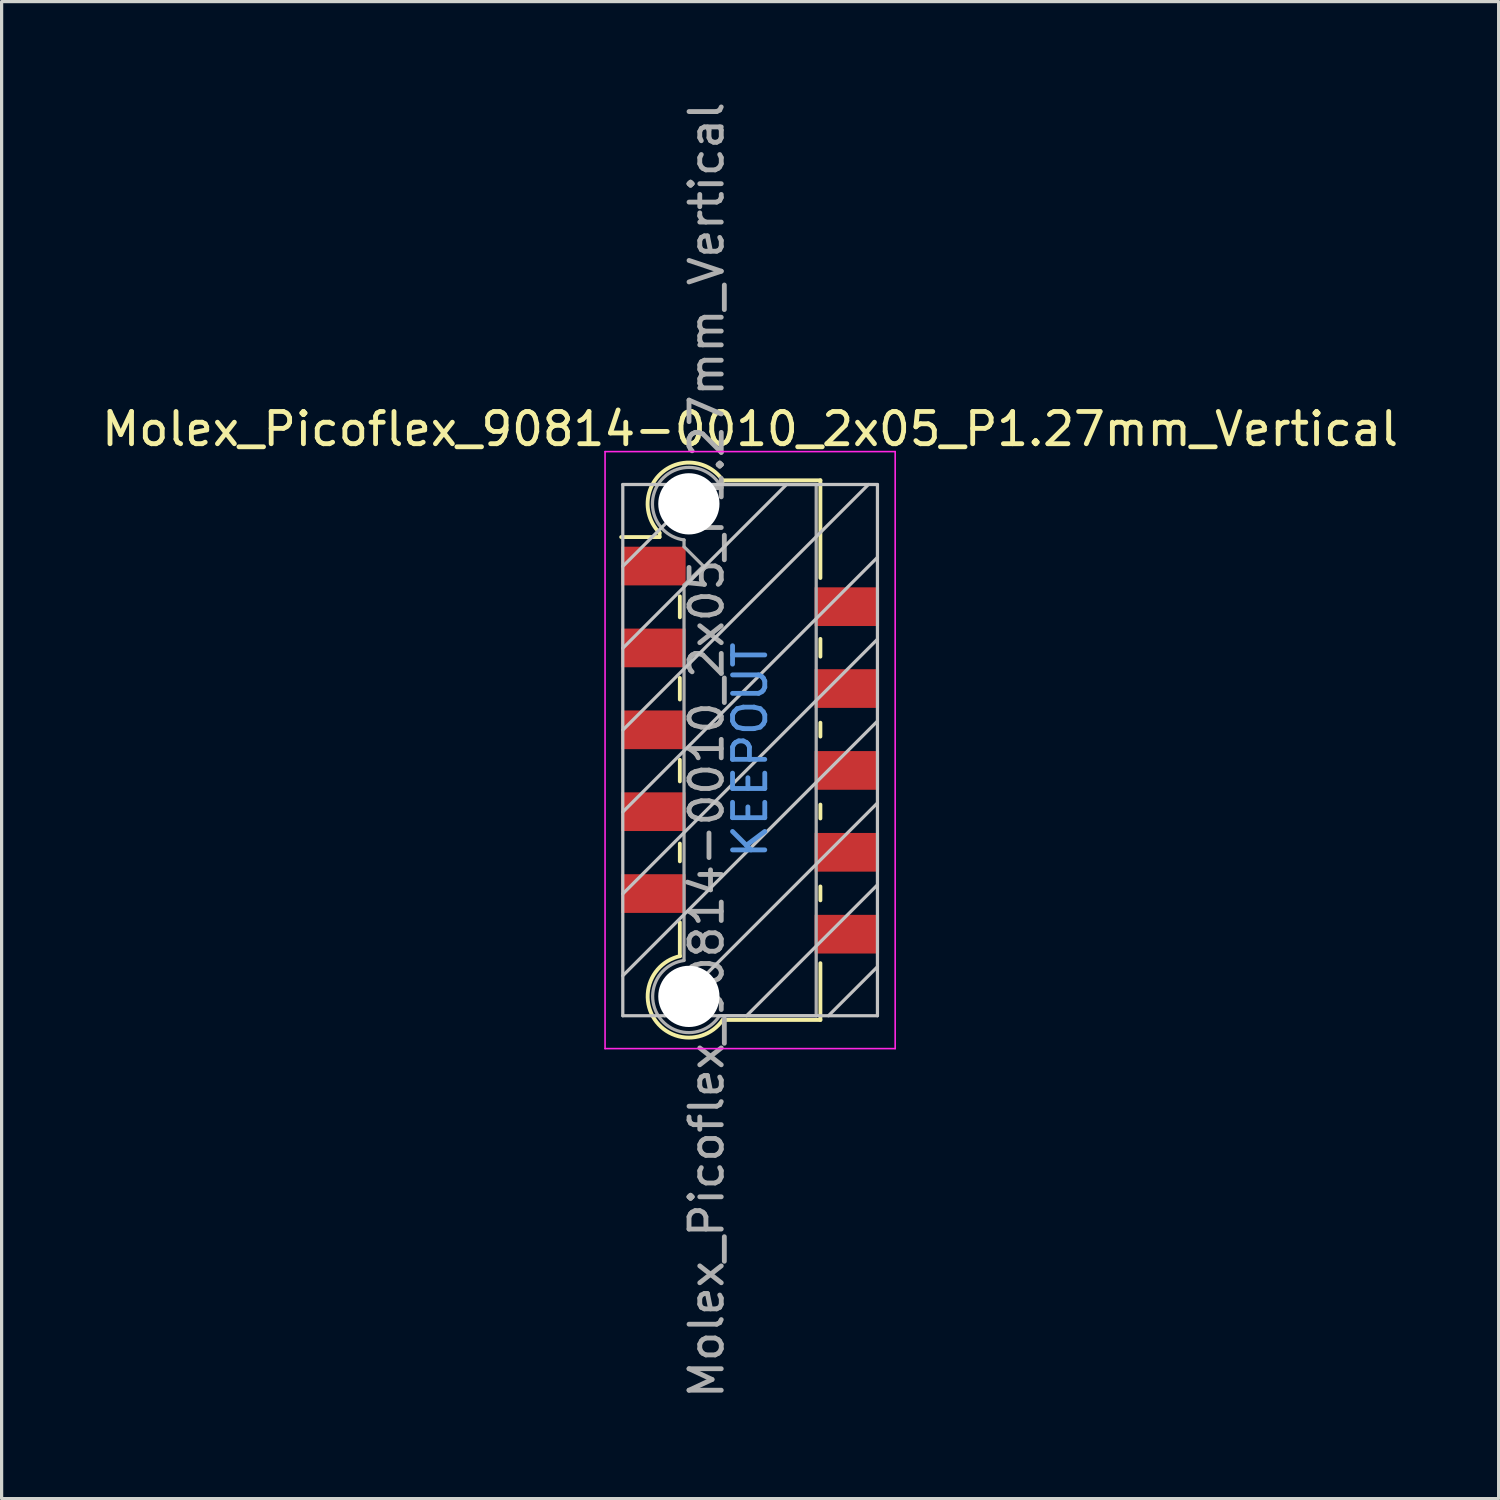
<source format=kicad_pcb>
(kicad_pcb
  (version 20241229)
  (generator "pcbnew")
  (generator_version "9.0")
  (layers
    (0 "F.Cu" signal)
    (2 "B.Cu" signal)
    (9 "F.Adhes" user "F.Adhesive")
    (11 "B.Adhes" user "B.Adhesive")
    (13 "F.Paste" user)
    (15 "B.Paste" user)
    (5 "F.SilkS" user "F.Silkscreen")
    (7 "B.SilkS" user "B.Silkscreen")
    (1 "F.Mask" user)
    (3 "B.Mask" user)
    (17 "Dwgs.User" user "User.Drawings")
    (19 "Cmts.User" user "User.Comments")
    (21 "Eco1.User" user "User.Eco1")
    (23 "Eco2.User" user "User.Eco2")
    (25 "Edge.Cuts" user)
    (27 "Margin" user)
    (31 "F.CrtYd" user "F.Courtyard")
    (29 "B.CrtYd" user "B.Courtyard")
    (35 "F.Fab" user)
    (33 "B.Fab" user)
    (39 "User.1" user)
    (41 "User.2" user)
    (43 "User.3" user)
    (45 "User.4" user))
  (footprint "Molex_Picoflex_90814-0010_2x05_P1.27mm_Vertical"
    (layer "F.Cu")
    (at 20.22 20.22)
    (property "Reference" "Molex_Picoflex_90814-0010_2x05_P1.27mm_Vertical" (at 0 -9.96 0) (layer "F.SilkS") (effects (font (size 1 1) (thickness 0.15))))
    (attr smd)
    (fp_line (start -2.81 -6.74) (end -2.81 -6.61) (stroke (width 0.12) (type solid)) (layer "F.SilkS"))
    (fp_line (start -2.81 -6.61) (end -4 -6.61) (stroke (width 0.12) (type solid)) (layer "F.SilkS"))
    (fp_line (start -2.18 -4.12) (end -2.18 -4.77) (stroke (width 0.12) (type solid)) (layer "F.SilkS"))
    (fp_line (start -2.18 -1.57) (end -2.18 -2.24) (stroke (width 0.12) (type solid)) (layer "F.SilkS"))
    (fp_line (start -2.18 0.97) (end -2.18 0.3) (stroke (width 0.12) (type solid)) (layer "F.SilkS"))
    (fp_line (start -2.18 3.45) (end -2.18 2.9) (stroke (width 0.12) (type solid)) (layer "F.SilkS"))
    (fp_line (start -2.18 6.39) (end -2.18 5.34) (stroke (width 0.12) (type solid)) (layer "F.SilkS"))
    (fp_line (start 2.18 -8.37) (end -0.82 -8.37) (stroke (width 0.12) (type solid)) (layer "F.SilkS"))
    (fp_line (start 2.18 -8.37) (end 2.18 -5.34) (stroke (width 0.12) (type solid)) (layer "F.SilkS"))
    (fp_line (start 2.18 -3.45) (end 2.18 -2.9) (stroke (width 0.12) (type solid)) (layer "F.SilkS"))
    (fp_line (start 2.18 -0.85) (end 2.18 -0.42) (stroke (width 0.12) (type solid)) (layer "F.SilkS"))
    (fp_line (start 2.18 1.69) (end 2.18 2.12) (stroke (width 0.12) (type solid)) (layer "F.SilkS"))
    (fp_line (start 2.18 4.23) (end 2.18 4.66) (stroke (width 0.12) (type solid)) (layer "F.SilkS"))
    (fp_line (start 2.18 6.61) (end 2.18 8.37) (stroke (width 0.12) (type solid)) (layer "F.SilkS"))
    (fp_line (start 2.18 8.37) (end -0.85 8.37) (stroke (width 0.12) (type solid)) (layer "F.SilkS"))
    (fp_arc (start -2.81 -6.74) (mid -2.708637 -8.632072) (end -0.834991 -8.349828) (stroke (width 0.12) (type solid)) (layer "F.SilkS"))
    (fp_arc (start -0.85 8.37) (mid -2.962791 8.351248) (end -2.174424 6.390964) (stroke (width 0.12) (type solid)) (layer "F.SilkS"))
    (fp_line (start -3.95 -8.24) (end -3.95 8.24) (stroke (width 0.1) (type solid)) (layer "Dwgs.User"))
    (fp_line (start -3.95 -5.7) (end -1.41 -8.24) (stroke (width 0.1) (type solid)) (layer "Dwgs.User"))
    (fp_line (start -3.95 -3.16) (end 1.13 -8.24) (stroke (width 0.1) (type solid)) (layer "Dwgs.User"))
    (fp_line (start -3.95 -0.62) (end 3.67 -8.24) (stroke (width 0.1) (type solid)) (layer "Dwgs.User"))
    (fp_line (start -3.95 1.92) (end 3.95 -5.98) (stroke (width 0.1) (type solid)) (layer "Dwgs.User"))
    (fp_line (start -3.95 4.46) (end 3.95 -3.44) (stroke (width 0.1) (type solid)) (layer "Dwgs.User"))
    (fp_line (start -3.95 7) (end 3.95 -0.9) (stroke (width 0.1) (type solid)) (layer "Dwgs.User"))
    (fp_line (start -3.95 8.24) (end 3.95 8.24) (stroke (width 0.1) (type solid)) (layer "Dwgs.User"))
    (fp_line (start -2.65 8.24) (end 3.95 1.64) (stroke (width 0.1) (type solid)) (layer "Dwgs.User"))
    (fp_line (start -0.11 8.24) (end 3.95 4.18) (stroke (width 0.1) (type solid)) (layer "Dwgs.User"))
    (fp_line (start 2.43 8.24) (end 3.95 6.72) (stroke (width 0.1) (type solid)) (layer "Dwgs.User"))
    (fp_line (start 3.95 -8.24) (end -3.95 -8.24) (stroke (width 0.1) (type solid)) (layer "Dwgs.User"))
    (fp_line (start 3.95 8.24) (end 3.95 -8.24) (stroke (width 0.1) (type solid)) (layer "Dwgs.User"))
    (fp_line (start -4.5 -9.26) (end -4.5 9.26) (stroke (width 0.05) (type solid)) (layer "F.CrtYd"))
    (fp_line (start -4.5 9.26) (end 4.5 9.26) (stroke (width 0.05) (type solid)) (layer "F.CrtYd"))
    (fp_line (start 4.5 -9.26) (end -4.5 -9.26) (stroke (width 0.05) (type solid)) (layer "F.CrtYd"))
    (fp_line (start 4.5 9.26) (end 4.5 -9.26) (stroke (width 0.05) (type solid)) (layer "F.CrtYd"))
    (fp_line (start -2.05 -6.31) (end -2.05 -6.52) (stroke (width 0.1) (type solid)) (layer "F.Fab"))
    (fp_line (start -2.05 -5.12) (end -1.45 -5.71) (stroke (width 0.1) (type solid)) (layer "F.Fab"))
    (fp_line (start -2.05 6.52) (end -2.05 -5.12) (stroke (width 0.1) (type solid)) (layer "F.Fab"))
    (fp_line (start -1.45 -5.71) (end -2.05 -6.31) (stroke (width 0.1) (type solid)) (layer "F.Fab"))
    (fp_line (start 2.05 -8.24) (end -0.93 -8.24) (stroke (width 0.1) (type solid)) (layer "F.Fab"))
    (fp_line (start 2.05 -8.24) (end 2.05 8.24) (stroke (width 0.1) (type solid)) (layer "F.Fab"))
    (fp_line (start 2.05 8.24) (end -0.95 8.24) (stroke (width 0.1) (type solid)) (layer "F.Fab"))
    (fp_arc (start -2.05 -6.52) (mid -2.851672 -8.249279) (end -0.945612 -8.245015) (stroke (width 0.1) (type solid)) (layer "F.Fab"))
    (fp_arc (start -0.95 8.24) (mid -2.845272 8.247422) (end -2.051022 6.526585) (stroke (width 0.1) (type solid)) (layer "F.Fab"))
    (fp_text user "KEEPOUT" (at 0 0 90) (layer "Cmts.User") (effects (font (size 1 1) (thickness 0.15))))
    (fp_text user "${REFERENCE}" (at -1.35 0 90) (layer "F.Fab") (effects (font (size 1 1) (thickness 0.15))))
    (pad "" np_thru_hole circle (at -1.9 -7.64) (size 1.9 1.9) (drill 1.9) (layers "*.Cu" "*.Mask"))
    (pad "" np_thru_hole circle (at -1.9 7.64) (size 1.9 1.9) (drill 1.9) (layers "*.Cu" "*.Mask"))
    (pad "1" smd rect (at -3 -5.71) (size 2 1.2) (layers "F.Cu" "F.Mask" "F.Paste"))
    (pad "2" smd rect (at 3 -4.45) (size 2 1.2) (layers "F.Cu" "F.Mask" "F.Paste"))
    (pad "3" smd rect (at -3 -3.17) (size 2 1.2) (layers "F.Cu" "F.Mask" "F.Paste"))
    (pad "4" smd rect (at 3 -1.91) (size 2 1.2) (layers "F.Cu" "F.Mask" "F.Paste"))
    (pad "5" smd rect (at -3 -0.63) (size 2 1.2) (layers "F.Cu" "F.Mask" "F.Paste"))
    (pad "6" smd rect (at 3 0.63) (size 2 1.2) (layers "F.Cu" "F.Mask" "F.Paste"))
    (pad "7" smd rect (at -3 1.91) (size 2 1.2) (layers "F.Cu" "F.Mask" "F.Paste"))
    (pad "8" smd rect (at 3 3.17) (size 2 1.2) (layers "F.Cu" "F.Mask" "F.Paste"))
    (pad "9" smd rect (at -3 4.45) (size 2 1.2) (layers "F.Cu" "F.Mask" "F.Paste"))
    (pad "10" smd rect (at 3 5.71) (size 2 1.2) (layers "F.Cu" "F.Mask" "F.Paste")))
  (gr_rect
    (start -3 -3)
    (end 43.44 43.44)
    (stroke (width 0.1) (type default))
    (fill no)
    (layer "Edge.Cuts")))
</source>
